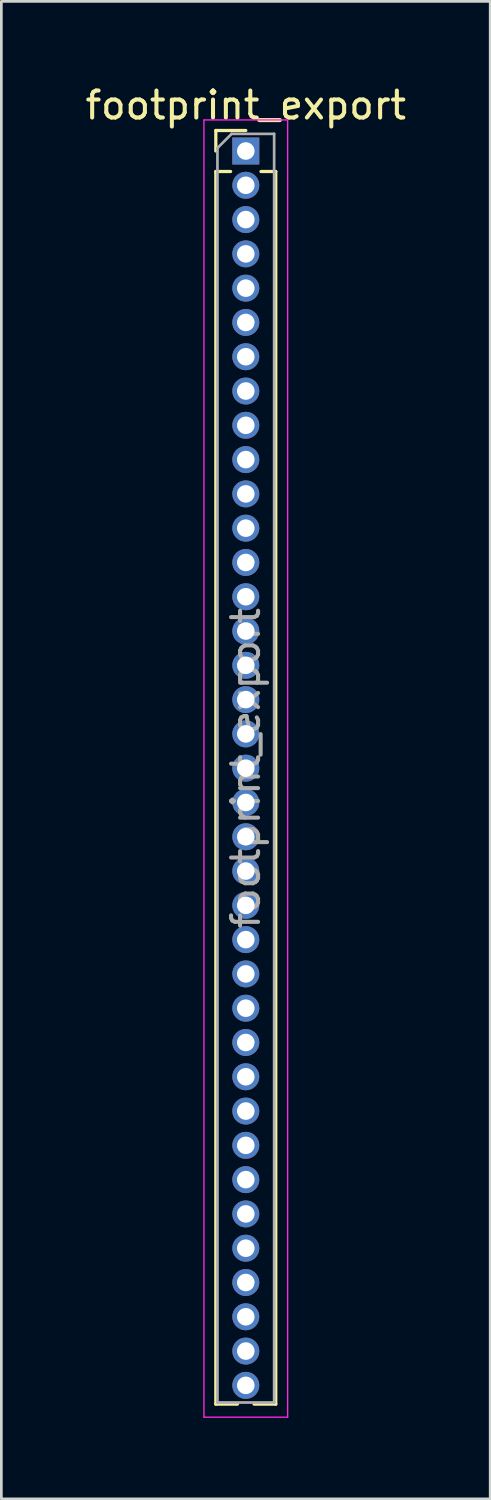
<source format=kicad_pcb>
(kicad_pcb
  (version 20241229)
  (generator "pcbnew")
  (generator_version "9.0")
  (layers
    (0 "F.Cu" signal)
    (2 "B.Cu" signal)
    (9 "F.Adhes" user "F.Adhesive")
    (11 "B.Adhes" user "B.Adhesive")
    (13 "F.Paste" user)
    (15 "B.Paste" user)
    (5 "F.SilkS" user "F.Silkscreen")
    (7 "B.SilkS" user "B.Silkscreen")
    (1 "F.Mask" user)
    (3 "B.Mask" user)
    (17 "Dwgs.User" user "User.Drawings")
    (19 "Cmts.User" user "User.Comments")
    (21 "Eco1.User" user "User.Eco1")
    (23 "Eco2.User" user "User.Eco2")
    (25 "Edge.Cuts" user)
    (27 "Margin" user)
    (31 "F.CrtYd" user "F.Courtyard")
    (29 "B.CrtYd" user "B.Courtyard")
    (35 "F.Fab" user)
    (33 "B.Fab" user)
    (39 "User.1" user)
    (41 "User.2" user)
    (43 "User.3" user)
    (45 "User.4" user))
  (footprint "footprint_export"
    (layer "F.Cu")
    (at 6.054 2.543)
    (property "Reference" "footprint_export" (at 0 -1.695 0) (layer "F.SilkS") (effects (font (size 1 1) (thickness 0.15))))
    (attr through_hole)
    (fp_line (start -1.11 -0.76) (end 0 -0.76) (stroke (width 0.12) (type solid)) (layer "F.SilkS"))
    (fp_line (start -1.11 0) (end -1.11 -0.76) (stroke (width 0.12) (type solid)) (layer "F.SilkS"))
    (fp_line (start -1.11 0.76) (end -1.11 46.415) (stroke (width 0.12) (type solid)) (layer "F.SilkS"))
    (fp_line (start -1.11 0.76) (end -0.563 0.76) (stroke (width 0.12) (type solid)) (layer "F.SilkS"))
    (fp_line (start -1.11 46.415) (end -0.308 46.415) (stroke (width 0.12) (type solid)) (layer "F.SilkS"))
    (fp_line (start 0.308 46.415) (end 1.11 46.415) (stroke (width 0.12) (type solid)) (layer "F.SilkS"))
    (fp_line (start 0.563 0.76) (end 1.11 0.76) (stroke (width 0.12) (type solid)) (layer "F.SilkS"))
    (fp_line (start 1.11 0.76) (end 1.11 46.415) (stroke (width 0.12) (type solid)) (layer "F.SilkS"))
    (fp_line (start -1.55 -1.15) (end -1.55 46.9) (stroke (width 0.05) (type solid)) (layer "F.CrtYd"))
    (fp_line (start -1.55 46.9) (end 1.55 46.9) (stroke (width 0.05) (type solid)) (layer "F.CrtYd"))
    (fp_line (start 1.55 -1.15) (end -1.55 -1.15) (stroke (width 0.05) (type solid)) (layer "F.CrtYd"))
    (fp_line (start 1.55 46.9) (end 1.55 -1.15) (stroke (width 0.05) (type solid)) (layer "F.CrtYd"))
    (fp_line (start -1.05 -0.11) (end -0.525 -0.635) (stroke (width 0.1) (type solid)) (layer "F.Fab"))
    (fp_line (start -1.05 46.355) (end -1.05 -0.11) (stroke (width 0.1) (type solid)) (layer "F.Fab"))
    (fp_line (start -0.525 -0.635) (end 1.05 -0.635) (stroke (width 0.1) (type solid)) (layer "F.Fab"))
    (fp_line (start 1.05 -0.635) (end 1.05 46.355) (stroke (width 0.1) (type solid)) (layer "F.Fab"))
    (fp_line (start 1.05 46.355) (end -1.05 46.355) (stroke (width 0.1) (type solid)) (layer "F.Fab"))
    (fp_text user "${REFERENCE}" (at 0 22.86 90) (layer "F.Fab") (effects (font (size 1 1) (thickness 0.15))))
    (pad "1" thru_hole rect (at 0 0) (size 1 1) (drill 0.65) (layers "*.Cu" "*.Mask"))
    (pad "2" thru_hole oval (at 0 1.27) (size 1 1) (drill 0.65) (layers "*.Cu" "*.Mask"))
    (pad "3" thru_hole oval (at 0 2.54) (size 1 1) (drill 0.65) (layers "*.Cu" "*.Mask"))
    (pad "4" thru_hole oval (at 0 3.81) (size 1 1) (drill 0.65) (layers "*.Cu" "*.Mask"))
    (pad "5" thru_hole oval (at 0 5.08) (size 1 1) (drill 0.65) (layers "*.Cu" "*.Mask"))
    (pad "6" thru_hole oval (at 0 6.35) (size 1 1) (drill 0.65) (layers "*.Cu" "*.Mask"))
    (pad "7" thru_hole oval (at 0 7.62) (size 1 1) (drill 0.65) (layers "*.Cu" "*.Mask"))
    (pad "8" thru_hole oval (at 0 8.89) (size 1 1) (drill 0.65) (layers "*.Cu" "*.Mask"))
    (pad "9" thru_hole oval (at 0 10.16) (size 1 1) (drill 0.65) (layers "*.Cu" "*.Mask"))
    (pad "10" thru_hole oval (at 0 11.43) (size 1 1) (drill 0.65) (layers "*.Cu" "*.Mask"))
    (pad "11" thru_hole oval (at 0 12.7) (size 1 1) (drill 0.65) (layers "*.Cu" "*.Mask"))
    (pad "12" thru_hole oval (at 0 13.97) (size 1 1) (drill 0.65) (layers "*.Cu" "*.Mask"))
    (pad "13" thru_hole oval (at 0 15.24) (size 1 1) (drill 0.65) (layers "*.Cu" "*.Mask"))
    (pad "14" thru_hole oval (at 0 16.51) (size 1 1) (drill 0.65) (layers "*.Cu" "*.Mask"))
    (pad "15" thru_hole oval (at 0 17.78) (size 1 1) (drill 0.65) (layers "*.Cu" "*.Mask"))
    (pad "16" thru_hole oval (at 0 19.05) (size 1 1) (drill 0.65) (layers "*.Cu" "*.Mask"))
    (pad "17" thru_hole oval (at 0 20.32) (size 1 1) (drill 0.65) (layers "*.Cu" "*.Mask"))
    (pad "18" thru_hole oval (at 0 21.59) (size 1 1) (drill 0.65) (layers "*.Cu" "*.Mask"))
    (pad "19" thru_hole oval (at 0 22.86) (size 1 1) (drill 0.65) (layers "*.Cu" "*.Mask"))
    (pad "20" thru_hole oval (at 0 24.13) (size 1 1) (drill 0.65) (layers "*.Cu" "*.Mask"))
    (pad "21" thru_hole oval (at 0 25.4) (size 1 1) (drill 0.65) (layers "*.Cu" "*.Mask"))
    (pad "22" thru_hole oval (at 0 26.67) (size 1 1) (drill 0.65) (layers "*.Cu" "*.Mask"))
    (pad "23" thru_hole oval (at 0 27.94) (size 1 1) (drill 0.65) (layers "*.Cu" "*.Mask"))
    (pad "24" thru_hole oval (at 0 29.21) (size 1 1) (drill 0.65) (layers "*.Cu" "*.Mask"))
    (pad "25" thru_hole oval (at 0 30.48) (size 1 1) (drill 0.65) (layers "*.Cu" "*.Mask"))
    (pad "26" thru_hole oval (at 0 31.75) (size 1 1) (drill 0.65) (layers "*.Cu" "*.Mask"))
    (pad "27" thru_hole oval (at 0 33.02) (size 1 1) (drill 0.65) (layers "*.Cu" "*.Mask"))
    (pad "28" thru_hole oval (at 0 34.29) (size 1 1) (drill 0.65) (layers "*.Cu" "*.Mask"))
    (pad "29" thru_hole oval (at 0 35.56) (size 1 1) (drill 0.65) (layers "*.Cu" "*.Mask"))
    (pad "30" thru_hole oval (at 0 36.83) (size 1 1) (drill 0.65) (layers "*.Cu" "*.Mask"))
    (pad "31" thru_hole oval (at 0 38.1) (size 1 1) (drill 0.65) (layers "*.Cu" "*.Mask"))
    (pad "32" thru_hole oval (at 0 39.37) (size 1 1) (drill 0.65) (layers "*.Cu" "*.Mask"))
    (pad "33" thru_hole oval (at 0 40.64) (size 1 1) (drill 0.65) (layers "*.Cu" "*.Mask"))
    (pad "34" thru_hole oval (at 0 41.91) (size 1 1) (drill 0.65) (layers "*.Cu" "*.Mask"))
    (pad "35" thru_hole oval (at 0 43.18) (size 1 1) (drill 0.65) (layers "*.Cu" "*.Mask"))
    (pad "36" thru_hole oval (at 0 44.45) (size 1 1) (drill 0.65) (layers "*.Cu" "*.Mask"))
    (pad "37" thru_hole oval (at 0 45.72) (size 1 1) (drill 0.65) (layers "*.Cu" "*.Mask")))
  (gr_rect
    (start -3 -3)
    (end 15.107 52.468)
    (stroke (width 0.1) (type default))
    (fill no)
    (layer "Edge.Cuts")))
</source>
